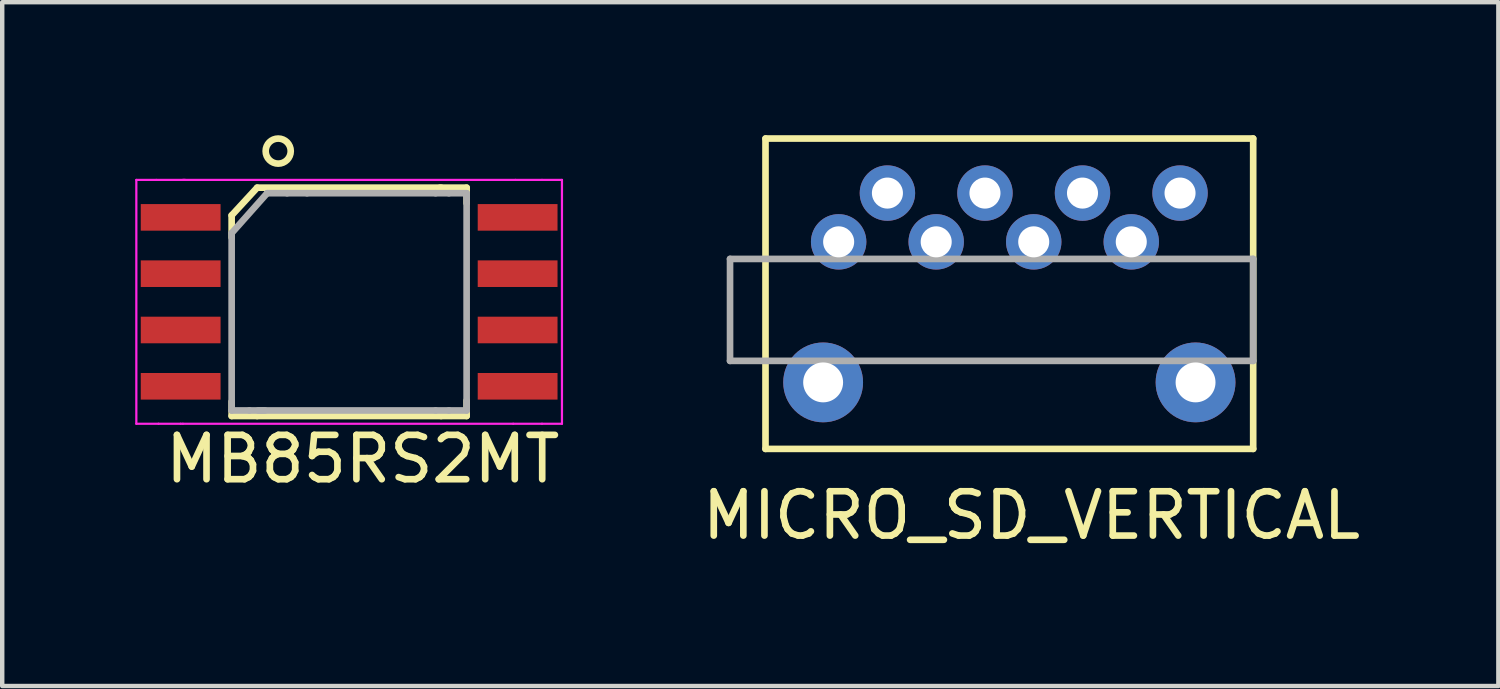
<source format=kicad_pcb>
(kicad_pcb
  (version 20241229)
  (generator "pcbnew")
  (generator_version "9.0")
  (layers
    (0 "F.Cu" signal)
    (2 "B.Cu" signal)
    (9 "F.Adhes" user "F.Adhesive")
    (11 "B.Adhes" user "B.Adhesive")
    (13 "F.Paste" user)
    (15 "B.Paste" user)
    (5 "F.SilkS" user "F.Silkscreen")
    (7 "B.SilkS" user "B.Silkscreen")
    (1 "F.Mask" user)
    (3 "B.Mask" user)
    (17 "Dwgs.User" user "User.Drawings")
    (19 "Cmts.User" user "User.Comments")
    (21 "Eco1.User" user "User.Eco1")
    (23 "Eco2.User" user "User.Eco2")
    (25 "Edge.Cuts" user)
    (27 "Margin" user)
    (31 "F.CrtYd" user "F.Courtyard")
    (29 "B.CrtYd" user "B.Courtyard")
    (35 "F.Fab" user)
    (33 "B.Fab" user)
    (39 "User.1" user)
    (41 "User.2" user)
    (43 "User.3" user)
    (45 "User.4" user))
  (footprint "MB85RS2MT"
    (placed yes)
    (layer "F.Cu")
    (at 4.825 3.758)
    (property "Reference" "MB85RS2MT" (at 0.307 3.546 0) (layer "F.SilkS") (effects (font (size 1 1) (thickness 0.15))))
    (attr smd)
    (fp_line (start -2.65 -1.95) (end -2.65 -1.45) (stroke (width 0.15) (type solid)) (layer "F.SilkS"))
    (fp_line (start -2.65 2.575) (end -2.65 2.25) (stroke (width 0.15) (type solid)) (layer "F.SilkS"))
    (fp_line (start -2.075 -2.575) (end -2.65 -1.95) (stroke (width 0.15) (type solid)) (layer "F.SilkS"))
    (fp_line (start -2.075 -2.575) (end 2.075 -2.575) (stroke (width 0.15) (type solid)) (layer "F.SilkS"))
    (fp_line (start -2.075 2.575) (end -2.65 2.575) (stroke (width 0.15) (type solid)) (layer "F.SilkS"))
    (fp_line (start -2.075 2.575) (end 2.075 2.575) (stroke (width 0.15) (type solid)) (layer "F.SilkS"))
    (fp_line (start 2.05 -2.575) (end 2.65 -2.575) (stroke (width 0.15) (type solid)) (layer "F.SilkS"))
    (fp_line (start 2.075 2.575) (end 2.65 2.575) (stroke (width 0.15) (type solid)) (layer "F.SilkS"))
    (fp_line (start 2.65 -2.575) (end 2.65 -2.225) (stroke (width 0.15) (type solid)) (layer "F.SilkS"))
    (fp_line (start 2.65 2.575) (end 2.65 2.225) (stroke (width 0.15) (type solid)) (layer "F.SilkS"))
    (fp_circle (center -1.6 -3.4) (end -1.4 -3.6) (stroke (width 0.15) (type solid)) (fill no) (layer "F.SilkS"))
    (fp_line (start -4.8 -2.75) (end -4.8 2.75) (stroke (width 0.05) (type solid)) (layer "F.CrtYd"))
    (fp_line (start -4.8 2.75) (end -4.3 2.75) (stroke (width 0.05) (type solid)) (layer "F.CrtYd"))
    (fp_line (start -4.35 -2.75) (end -4.8 -2.75) (stroke (width 0.05) (type solid)) (layer "F.CrtYd"))
    (fp_line (start -4.3 2.75) (end -3.8 2.75) (stroke (width 0.05) (type solid)) (layer "F.CrtYd"))
    (fp_line (start -3.8 2.75) (end -3.75 2.75) (stroke (width 0.05) (type solid)) (layer "F.CrtYd"))
    (fp_line (start -3.75 -2.75) (end 3.75 -2.75) (stroke (width 0.05) (type solid)) (layer "F.CrtYd"))
    (fp_line (start -3.75 2.75) (end 3.7 2.75) (stroke (width 0.05) (type solid)) (layer "F.CrtYd"))
    (fp_line (start -3.7 -2.75) (end -4.35 -2.75) (stroke (width 0.05) (type solid)) (layer "F.CrtYd"))
    (fp_line (start 4.35 -2.75) (end 3.75 -2.75) (stroke (width 0.05) (type solid)) (layer "F.CrtYd"))
    (fp_line (start 4.35 -2.75) (end 4.8 -2.75) (stroke (width 0.05) (type solid)) (layer "F.CrtYd"))
    (fp_line (start 4.35 2.75) (end 3.7 2.75) (stroke (width 0.05) (type solid)) (layer "F.CrtYd"))
    (fp_line (start 4.8 -2.75) (end 4.8 2.75) (stroke (width 0.05) (type solid)) (layer "F.CrtYd"))
    (fp_line (start 4.8 2.75) (end 4.35 2.75) (stroke (width 0.05) (type solid)) (layer "F.CrtYd"))
    (fp_line (start -2.65 -1.55) (end -2.65 2.45) (stroke (width 0.15) (type solid)) (layer "F.Fab"))
    (fp_line (start -2.65 -1.55) (end -1.85 -2.45) (stroke (width 0.15) (type solid)) (layer "F.Fab"))
    (fp_line (start -2.65 2.45) (end -2.25 2.45) (stroke (width 0.15) (type solid)) (layer "F.Fab"))
    (fp_line (start -2.05 2.45) (end -1.9 2.45) (stroke (width 0.15) (type solid)) (layer "F.Fab"))
    (fp_line (start -2 2.45) (end -2.25 2.45) (stroke (width 0.15) (type solid)) (layer "F.Fab"))
    (fp_line (start -1.85 -2.45) (end -1.4 -2.45) (stroke (width 0.15) (type solid)) (layer "F.Fab"))
    (fp_line (start -1.4 -2.45) (end -0.95 -2.45) (stroke (width 0.15) (type solid)) (layer "F.Fab"))
    (fp_line (start -0.95 -2.45) (end 1.95 -2.45) (stroke (width 0.15) (type solid)) (layer "F.Fab"))
    (fp_line (start 1.95 -2.45) (end 2.25 -2.45) (stroke (width 0.15) (type solid)) (layer "F.Fab"))
    (fp_line (start 1.95 2.45) (end -1.95 2.45) (stroke (width 0.15) (type solid)) (layer "F.Fab"))
    (fp_line (start 2.25 2.45) (end 1.95 2.45) (stroke (width 0.15) (type solid)) (layer "F.Fab"))
    (fp_line (start 2.25 2.45) (end 2.65 2.45) (stroke (width 0.15) (type solid)) (layer "F.Fab"))
    (fp_line (start 2.65 -2.45) (end 2.25 -2.45) (stroke (width 0.15) (type solid)) (layer "F.Fab"))
    (fp_line (start 2.65 -2.4) (end 2.65 -2.45) (stroke (width 0.15) (type solid)) (layer "F.Fab"))
    (fp_line (start 2.65 2.45) (end 2.65 -2.4) (stroke (width 0.15) (type solid)) (layer "F.Fab"))
    (pad "1" smd rect (at -3.8 -1.905) (size 1.8 0.6) (layers "F.Cu" "F.Mask" "F.Paste"))
    (pad "2" smd rect (at -3.8 -0.635) (size 1.8 0.6) (layers "F.Cu" "F.Mask" "F.Paste"))
    (pad "3" smd rect (at -3.8 0.635) (size 1.8 0.6) (layers "F.Cu" "F.Mask" "F.Paste"))
    (pad "4" smd rect (at -3.8 1.905) (size 1.8 0.6) (layers "F.Cu" "F.Mask" "F.Paste"))
    (pad "5" smd rect (at 3.8 1.905) (size 1.8 0.6) (layers "F.Cu" "F.Mask" "F.Paste"))
    (pad "6" smd rect (at 3.8 0.635) (size 1.8 0.6) (layers "F.Cu" "F.Mask" "F.Paste"))
    (pad "7" smd rect (at 3.8 -0.635) (size 1.8 0.6) (layers "F.Cu" "F.Mask" "F.Paste"))
    (pad "8" smd rect (at 3.8 -1.905) (size 1.8 0.6) (layers "F.Cu" "F.Mask" "F.Paste")))
  (footprint "MICRO_SD_VERTICAL"
    (layer "F.Cu")
    (at 19.316 3.94)
    (property "Reference" "MICRO_SD_VERTICAL" (at 0.9 4.635 0) (layer "F.SilkS") (effects (font (size 1 1) (thickness 0.15))))
    (attr through_hole)
    (fp_line (start -5.1 -3.865) (end -5.1 3.135) (stroke (width 0.15) (type solid)) (layer "F.SilkS"))
    (fp_line (start -5.1 3.135) (end 5.9 3.135) (stroke (width 0.15) (type solid)) (layer "F.SilkS"))
    (fp_line (start 5.9 -3.865) (end -5.1 -3.865) (stroke (width 0.15) (type solid)) (layer "F.SilkS"))
    (fp_line (start 5.9 3.135) (end 5.9 -3.865) (stroke (width 0.15) (type solid)) (layer "F.SilkS"))
    (fp_line (start -5.9 -1.15) (end 5.9 -1.15) (stroke (width 0.15) (type solid)) (layer "F.Fab"))
    (fp_line (start -5.9 1.15) (end -5.9 -1.15) (stroke (width 0.15) (type solid)) (layer "F.Fab"))
    (fp_line (start 5.9 -1.15) (end 5.9 1.15) (stroke (width 0.15) (type solid)) (layer "F.Fab"))
    (fp_line (start 5.9 1.15) (end -5.9 1.15) (stroke (width 0.15) (type solid)) (layer "F.Fab"))
    (pad "1" thru_hole circle (at -3.45 -1.535) (size 1.25 1.25) (drill 0.7) (layers "*.Cu" "*.Mask"))
    (pad "2" thru_hole circle (at -2.35 -2.635) (size 1.25 1.25) (drill 0.7) (layers "*.Cu" "*.Mask"))
    (pad "3" thru_hole circle (at -1.25 -1.535) (size 1.25 1.25) (drill 0.7) (layers "*.Cu" "*.Mask"))
    (pad "4" thru_hole circle (at -0.15 -2.635) (size 1.25 1.25) (drill 0.7) (layers "*.Cu" "*.Mask"))
    (pad "5" thru_hole circle (at 0.95 -1.535) (size 1.25 1.25) (drill 0.7) (layers "*.Cu" "*.Mask"))
    (pad "6" thru_hole circle (at 2.05 -2.635) (size 1.25 1.25) (drill 0.7) (layers "*.Cu" "*.Mask"))
    (pad "7" thru_hole circle (at 3.15 -1.535) (size 1.25 1.25) (drill 0.7) (layers "*.Cu" "*.Mask"))
    (pad "8" thru_hole circle (at 4.25 -2.635) (size 1.25 1.25) (drill 0.7) (layers "*.Cu" "*.Mask"))
    (pad "9" thru_hole circle (at -3.8 1.635) (size 1.8 1.8) (drill 0.9) (layers "*.Cu" "*.Mask"))
    (pad "9" thru_hole circle (at 4.6 1.635) (size 1.8 1.8) (drill 0.9) (layers "*.Cu" "*.Mask")))
  (gr_rect
    (start -3 -3)
    (end 30.746 12.423)
    (stroke (width 0.1) (type default))
    (fill no)
    (layer "Edge.Cuts")))
</source>
